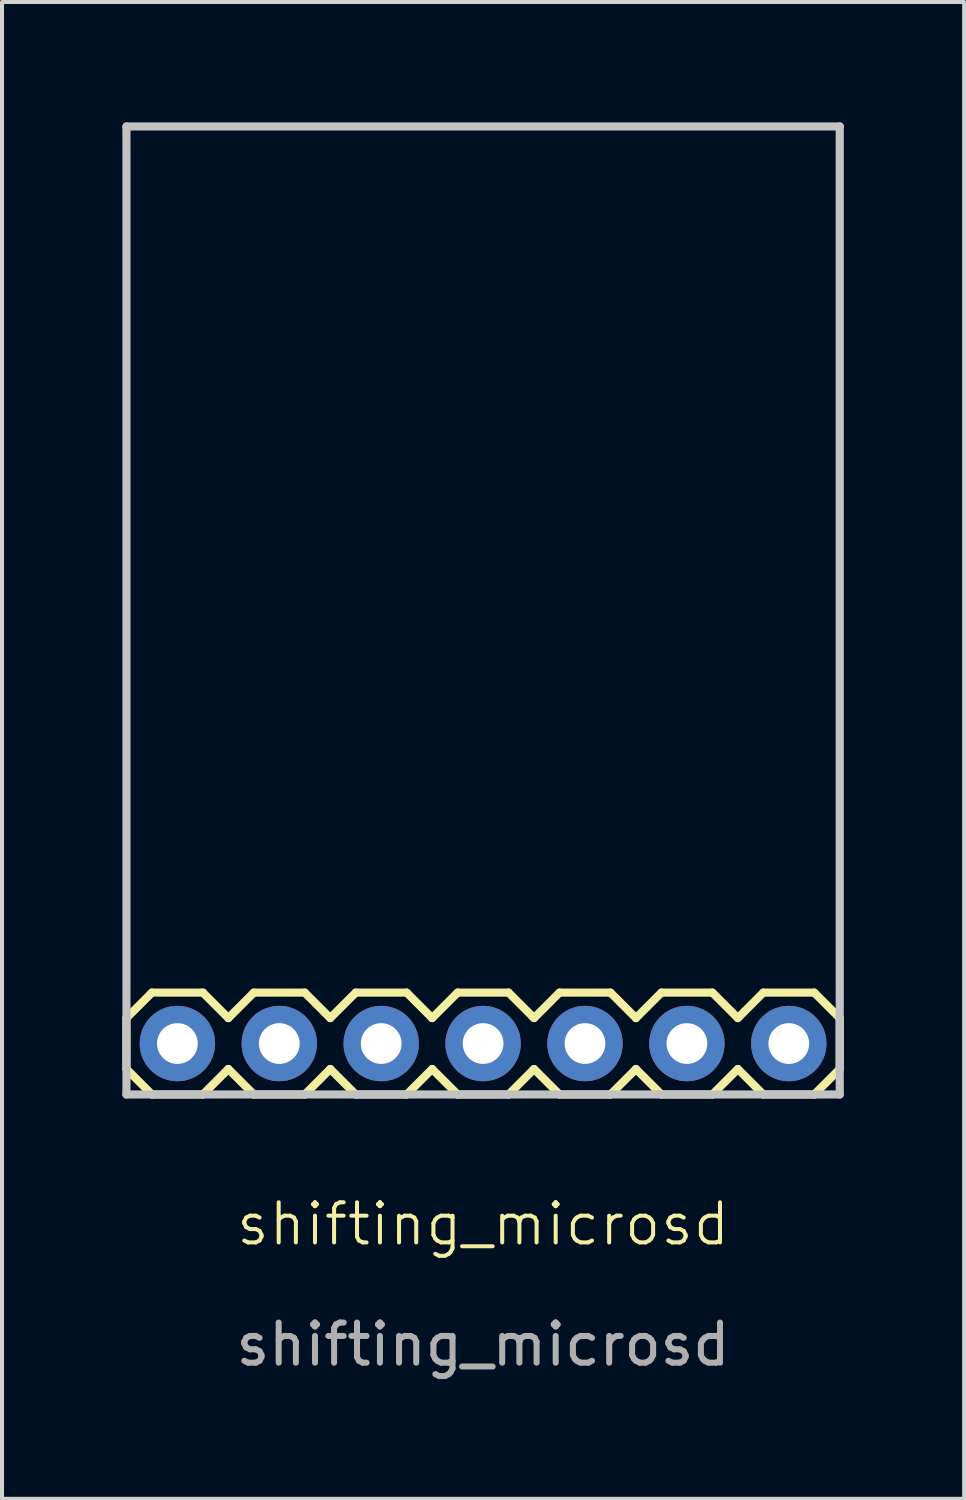
<source format=kicad_pcb>
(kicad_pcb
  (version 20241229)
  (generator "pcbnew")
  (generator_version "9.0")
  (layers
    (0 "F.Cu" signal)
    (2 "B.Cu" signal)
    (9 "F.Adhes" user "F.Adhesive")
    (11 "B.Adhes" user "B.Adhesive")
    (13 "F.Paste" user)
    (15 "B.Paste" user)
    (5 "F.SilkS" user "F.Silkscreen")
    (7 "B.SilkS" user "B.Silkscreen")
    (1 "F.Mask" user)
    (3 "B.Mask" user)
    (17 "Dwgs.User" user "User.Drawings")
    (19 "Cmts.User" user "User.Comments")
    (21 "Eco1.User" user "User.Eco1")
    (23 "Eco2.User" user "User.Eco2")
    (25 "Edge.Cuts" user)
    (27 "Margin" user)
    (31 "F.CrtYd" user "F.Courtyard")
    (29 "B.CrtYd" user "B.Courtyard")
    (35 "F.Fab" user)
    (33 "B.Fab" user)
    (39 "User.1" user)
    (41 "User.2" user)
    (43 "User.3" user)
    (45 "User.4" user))
  (footprint "shifting_microsd"
    (layer "F.Cu")
    (at 8.992 27.962)
    (property "Reference" "shifting_microsd" (at 0 -0.5 0) (unlocked yes) (layer "F.SilkS") (effects (font (size 1 1) (thickness 0.1))))
    (attr through_hole)
    (fp_line (start -8.89 -5.635) (end -8.255 -6.27) (stroke (width 0.203) (type solid)) (layer "F.SilkS"))
    (fp_line (start -8.89 -4.365) (end -8.89 -5.635) (stroke (width 0.203) (type solid)) (layer "F.SilkS"))
    (fp_line (start -8.255 -6.27) (end -6.985 -6.27) (stroke (width 0.203) (type solid)) (layer "F.SilkS"))
    (fp_line (start -8.255 -3.73) (end -8.89 -4.365) (stroke (width 0.203) (type solid)) (layer "F.SilkS"))
    (fp_line (start -6.985 -3.73) (end -8.255 -3.73) (stroke (width 0.203) (type solid)) (layer "F.SilkS"))
    (fp_line (start -6.985 -3.73) (end -6.35 -4.365) (stroke (width 0.203) (type solid)) (layer "F.SilkS"))
    (fp_line (start -6.35 -5.635) (end -6.985 -6.27) (stroke (width 0.203) (type solid)) (layer "F.SilkS"))
    (fp_line (start -6.35 -5.635) (end -5.715 -6.27) (stroke (width 0.203) (type solid)) (layer "F.SilkS"))
    (fp_line (start -5.715 -6.27) (end -4.445 -6.27) (stroke (width 0.203) (type solid)) (layer "F.SilkS"))
    (fp_line (start -5.715 -3.73) (end -6.35 -4.365) (stroke (width 0.203) (type solid)) (layer "F.SilkS"))
    (fp_line (start -4.445 -6.27) (end -3.81 -5.635) (stroke (width 0.203) (type solid)) (layer "F.SilkS"))
    (fp_line (start -4.445 -3.73) (end -5.715 -3.73) (stroke (width 0.203) (type solid)) (layer "F.SilkS"))
    (fp_line (start -3.81 -5.635) (end -3.175 -6.27) (stroke (width 0.203) (type solid)) (layer "F.SilkS"))
    (fp_line (start -3.81 -4.365) (end -4.445 -3.73) (stroke (width 0.203) (type solid)) (layer "F.SilkS"))
    (fp_line (start -3.175 -6.27) (end -1.905 -6.27) (stroke (width 0.203) (type solid)) (layer "F.SilkS"))
    (fp_line (start -3.175 -3.73) (end -3.81 -4.365) (stroke (width 0.203) (type solid)) (layer "F.SilkS"))
    (fp_line (start -1.905 -6.27) (end -1.27 -5.635) (stroke (width 0.203) (type solid)) (layer "F.SilkS"))
    (fp_line (start -1.905 -3.73) (end -3.175 -3.73) (stroke (width 0.203) (type solid)) (layer "F.SilkS"))
    (fp_line (start -1.27 -5.635) (end -0.635 -6.27) (stroke (width 0.203) (type solid)) (layer "F.SilkS"))
    (fp_line (start -1.27 -4.365) (end -1.905 -3.73) (stroke (width 0.203) (type solid)) (layer "F.SilkS"))
    (fp_line (start -0.635 -6.27) (end 0.635 -6.27) (stroke (width 0.203) (type solid)) (layer "F.SilkS"))
    (fp_line (start -0.635 -3.73) (end -1.27 -4.365) (stroke (width 0.203) (type solid)) (layer "F.SilkS"))
    (fp_line (start 0.635 -3.73) (end -0.635 -3.73) (stroke (width 0.203) (type solid)) (layer "F.SilkS"))
    (fp_line (start 0.635 -3.73) (end 1.27 -4.365) (stroke (width 0.203) (type solid)) (layer "F.SilkS"))
    (fp_line (start 1.27 -5.635) (end 0.635 -6.27) (stroke (width 0.203) (type solid)) (layer "F.SilkS"))
    (fp_line (start 1.27 -5.635) (end 1.905 -6.27) (stroke (width 0.203) (type solid)) (layer "F.SilkS"))
    (fp_line (start 1.905 -6.27) (end 3.175 -6.27) (stroke (width 0.203) (type solid)) (layer "F.SilkS"))
    (fp_line (start 1.905 -3.73) (end 1.27 -4.365) (stroke (width 0.203) (type solid)) (layer "F.SilkS"))
    (fp_line (start 3.175 -6.27) (end 3.81 -5.635) (stroke (width 0.203) (type solid)) (layer "F.SilkS"))
    (fp_line (start 3.175 -3.73) (end 1.905 -3.73) (stroke (width 0.203) (type solid)) (layer "F.SilkS"))
    (fp_line (start 3.81 -5.635) (end 4.445 -6.27) (stroke (width 0.203) (type solid)) (layer "F.SilkS"))
    (fp_line (start 3.81 -4.365) (end 3.175 -3.73) (stroke (width 0.203) (type solid)) (layer "F.SilkS"))
    (fp_line (start 4.445 -6.27) (end 5.715 -6.27) (stroke (width 0.203) (type solid)) (layer "F.SilkS"))
    (fp_line (start 4.445 -3.73) (end 3.81 -4.365) (stroke (width 0.203) (type solid)) (layer "F.SilkS"))
    (fp_line (start 5.715 -6.27) (end 6.35 -5.635) (stroke (width 0.203) (type solid)) (layer "F.SilkS"))
    (fp_line (start 5.715 -3.73) (end 4.445 -3.73) (stroke (width 0.203) (type solid)) (layer "F.SilkS"))
    (fp_line (start 6.35 -5.635) (end 6.985 -6.27) (stroke (width 0.203) (type solid)) (layer "F.SilkS"))
    (fp_line (start 6.35 -4.365) (end 5.715 -3.73) (stroke (width 0.203) (type solid)) (layer "F.SilkS"))
    (fp_line (start 6.985 -6.27) (end 8.255 -6.27) (stroke (width 0.203) (type solid)) (layer "F.SilkS"))
    (fp_line (start 6.985 -3.73) (end 6.35 -4.365) (stroke (width 0.203) (type solid)) (layer "F.SilkS"))
    (fp_line (start 8.255 -3.73) (end 6.985 -3.73) (stroke (width 0.203) (type solid)) (layer "F.SilkS"))
    (fp_line (start 8.255 -3.73) (end 8.89 -4.365) (stroke (width 0.203) (type solid)) (layer "F.SilkS"))
    (fp_line (start 8.89 -5.635) (end 8.255 -6.27) (stroke (width 0.203) (type solid)) (layer "F.SilkS"))
    (fp_line (start 8.89 -4.365) (end 8.89 -5.635) (stroke (width 0.203) (type solid)) (layer "F.SilkS"))
    (fp_line (start -8.89 -27.86) (end 8.89 -27.86) (stroke (width 0.203) (type solid)) (layer "Dwgs.User"))
    (fp_line (start -8.89 -3.73) (end -8.89 -27.86) (stroke (width 0.203) (type solid)) (layer "Dwgs.User"))
    (fp_line (start 8.89 -27.86) (end 8.89 -3.73) (stroke (width 0.203) (type solid)) (layer "Dwgs.User"))
    (fp_line (start 8.89 -3.73) (end -8.89 -3.73) (stroke (width 0.203) (type solid)) (layer "Dwgs.User"))
    (fp_poly (pts (xy -0.254 -4.746) (xy 0.254 -4.746) (xy 0.254 -5.254) (xy -0.254 -5.254)) (stroke (width 0.1) (type default)) (fill no) (layer "F.Fab"))
    (fp_poly (pts (xy 2.286 -4.746) (xy 2.794 -4.746) (xy 2.794 -5.254) (xy 2.286 -5.254)) (stroke (width 0.1) (type default)) (fill no) (layer "F.Fab"))
    (fp_poly (pts (xy 4.826 -4.746) (xy 5.334 -4.746) (xy 5.334 -5.254) (xy 4.826 -5.254)) (stroke (width 0.1) (type default)) (fill no) (layer "F.Fab"))
    (fp_poly (pts (xy 7.366 -4.746) (xy 7.874 -4.746) (xy 7.874 -5.254) (xy 7.366 -5.254)) (stroke (width 0.1) (type default)) (fill no) (layer "F.Fab"))
    (fp_text user "${REFERENCE}" (at 0 2.5 0) (unlocked yes) (layer "F.Fab") (effects (font (size 1 1) (thickness 0.15))))
    (pad "1" thru_hole circle (at 7.62 -5 270) (size 1.88 1.88) (drill 1.016) (layers "*.Cu" "*.Mask"))
    (pad "2" thru_hole circle (at 5.08 -5 270) (size 1.88 1.88) (drill 1.016) (layers "*.Cu" "*.Mask"))
    (pad "3" thru_hole circle (at 2.54 -5 270) (size 1.88 1.88) (drill 1.016) (layers "*.Cu" "*.Mask"))
    (pad "4" thru_hole circle (at 0 -5 270) (size 1.88 1.88) (drill 1.016) (layers "*.Cu" "*.Mask"))
    (pad "5" thru_hole circle (at -2.54 -5 270) (size 1.88 1.88) (drill 1.016) (layers "*.Cu" "*.Mask"))
    (pad "6" thru_hole circle (at -5.08 -5 270) (size 1.88 1.88) (drill 1.016) (layers "*.Cu" "*.Mask"))
    (pad "7" thru_hole circle (at -7.62 -5 270) (size 1.88 1.88) (drill 1.016) (layers "*.Cu" "*.Mask")))
  (gr_rect
    (start -3 -3)
    (end 20.983 34.31)
    (stroke (width 0.1) (type default))
    (fill no)
    (layer "Edge.Cuts")))
</source>
